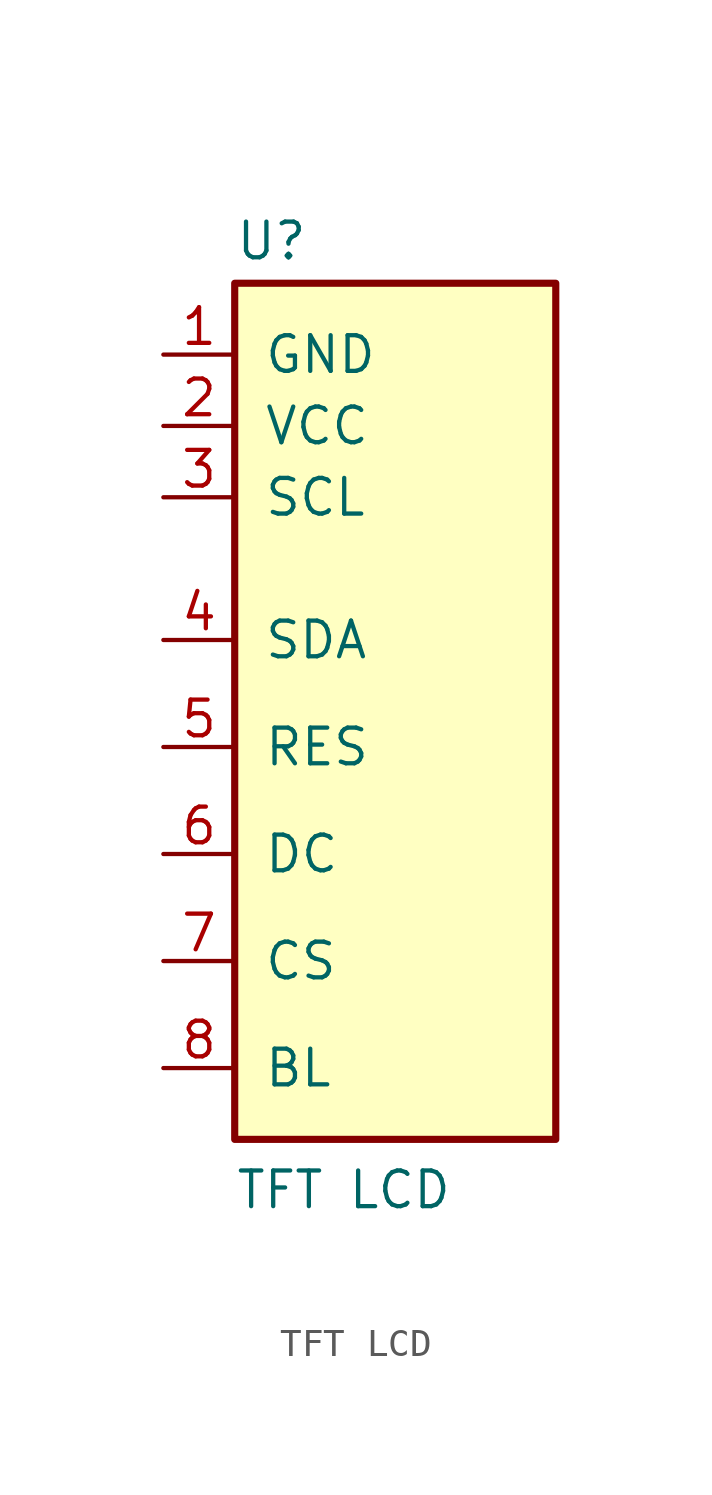
<source format=kicad_sym>
(kicad_symbol_lib
  (version 20241209)
  (generator "kicad_symbol_editor")
  (generator_version "9.0")
  (symbol "TFT LCD"
    (pin_names
      (offset 1.016))
    (property "Reference" "U"
      (at -6.35 16.002 0)
      (effects (font (size 1.27 1.27)) (justify left bottom)))
    (property "Value" "TFT LCD"
      (at -6.35 -17.78 0)
      (effects (font (size 1.27 1.27)) (justify left bottom)))
    (symbol "TFT LCD_0_0"
      (rectangle (start -6.35 15.24) (end 5.08 -15.24) (stroke (width 0.254) (type default)) (fill (type background))))
    (symbol "TFT LCD_1_1"
      (pin power_in line (at -8.89 12.7 0) (length 2.54) (name "GND" (effects (font (size 1.27 1.27)))) (number "1" (effects (font (size 1.27 1.27)))))
      (pin power_in line (at -8.89 10.16 0) (length 2.54) (name "VCC" (effects (font (size 1.27 1.27)))) (number "2" (effects (font (size 1.27 1.27)))))
      (pin input line (at -8.89 7.62 0) (length 2.54) (name "SCL" (effects (font (size 1.27 1.27)))) (number "3" (effects (font (size 1.27 1.27)))))
      (pin input line (at -8.89 2.54 0) (length 2.54) (name "SDA" (effects (font (size 1.27 1.27)))) (number "4" (effects (font (size 1.27 1.27)))))
      (pin output line (at -8.89 -1.27 0) (length 2.54) (name "RES" (effects (font (size 1.27 1.27)))) (number "5" (effects (font (size 1.27 1.27)))))
      (pin input line (at -8.89 -5.08 0) (length 2.54) (name "DC" (effects (font (size 1.27 1.27)))) (number "6" (effects (font (size 1.27 1.27)))))
      (pin input line (at -8.89 -8.89 0) (length 2.54) (name "CS" (effects (font (size 1.27 1.27)))) (number "7" (effects (font (size 1.27 1.27)))))
      (pin input line (at -8.89 -12.7 0) (length 2.54) (name "BL" (effects (font (size 1.27 1.27)))) (number "8" (effects (font (size 1.27 1.27))))))))
</source>
